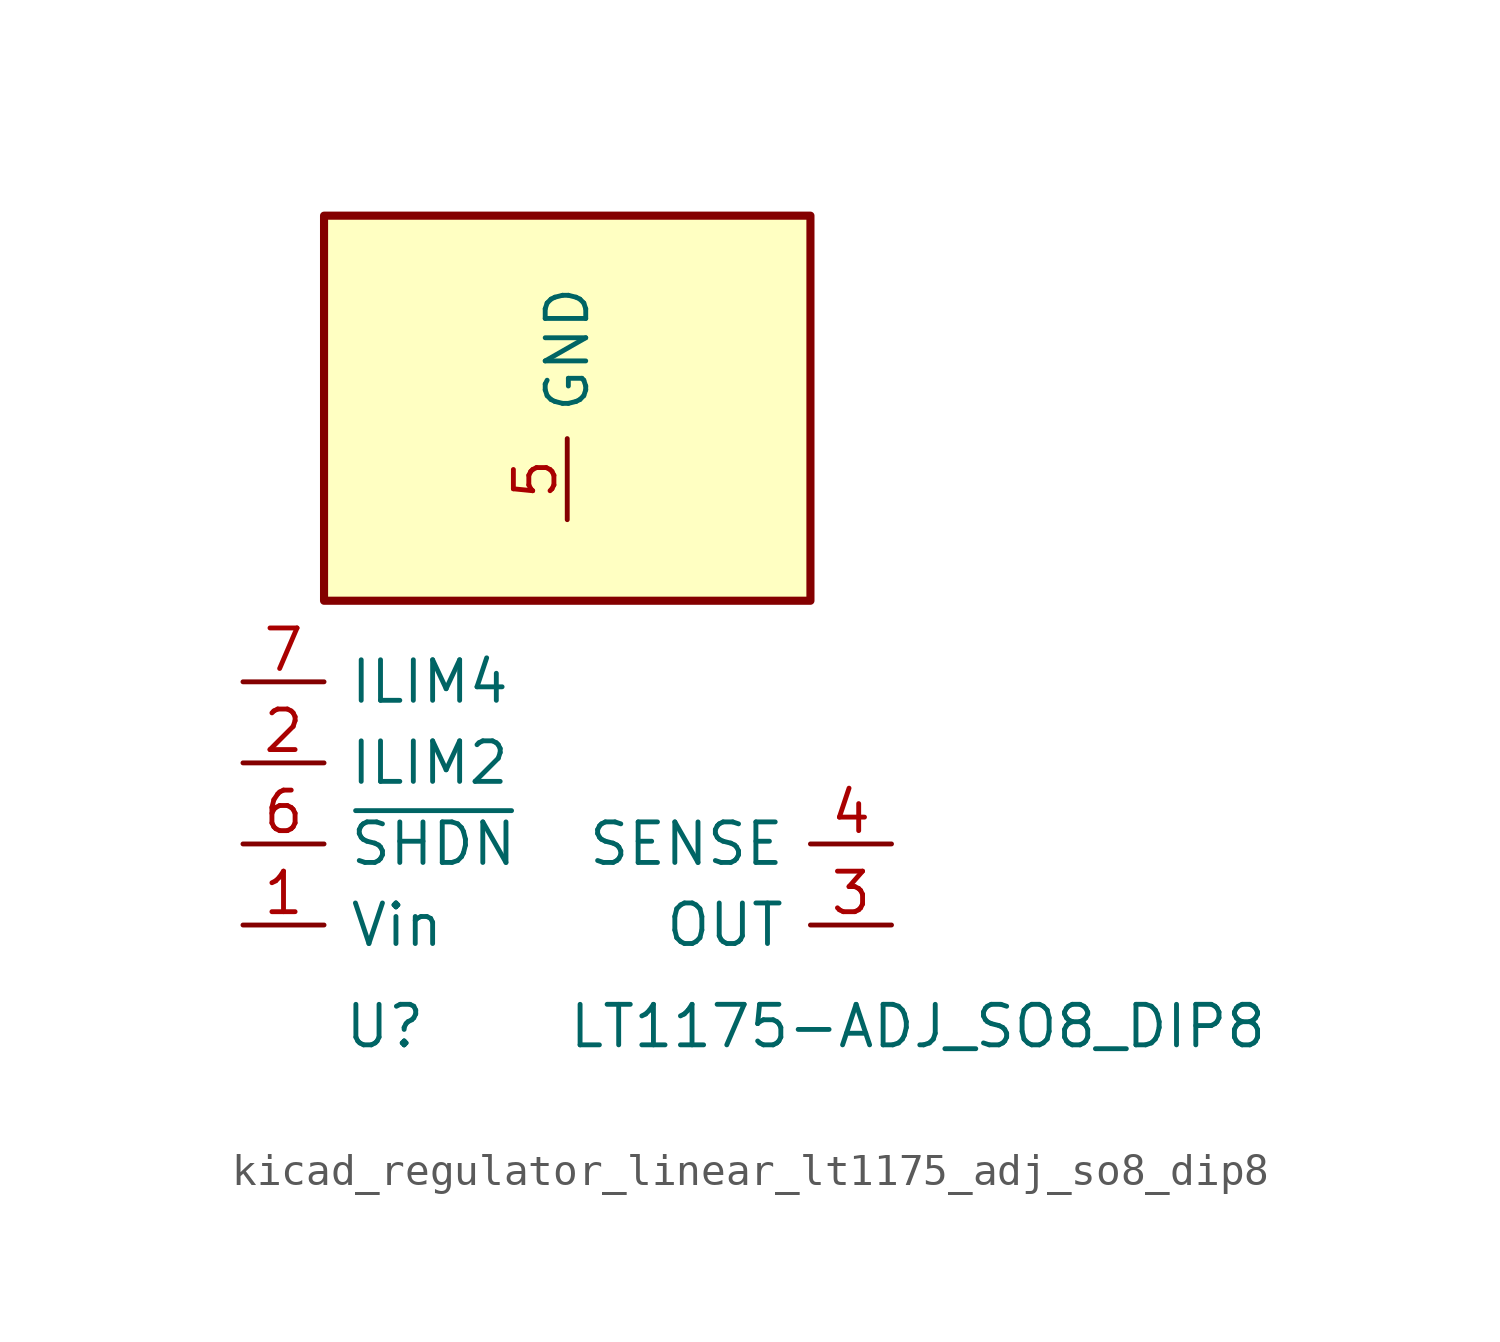
<source format=kicad_sym>
(kicad_symbol_lib
  (version 20220914)
  (generator kicad_symbol_editor)
  (symbol "kicad_regulator_linear_lt1175_adj_so8_dip8"
    (pin_names
      (offset 0.762))
    (property "Reference" "U"
      (at -5.715 -8.255 0)
      (effects (font (size 1.27 1.27))))
    (property "Value" "LT1175-ADJ_SO8_DIP8"
      (at 0 -8.255 0)
      (effects (font (size 1.27 1.27)) (justify left)))
    (symbol "kicad_regulator_linear_lt1175_adj_so8_dip8_0_1"
      (rectangle (start 7.62 17.145) (end -7.62 5.08) (stroke (width 0.254) (type default)) (fill (type background))))
    (symbol "kicad_regulator_linear_lt1175_adj_so8_dip8_1_1"
      (pin power_in line (at -10.16 -5.08 0) (length 2.54) (name "Vin" (effects (font (size 1.27 1.27)))) (number "1" (effects (font (size 1.27 1.27)))))
      (pin input line (at -10.16 0 0) (length 2.54) (name "ILIM2" (effects (font (size 1.27 1.27)))) (number "2" (effects (font (size 1.27 1.27)))))
      (pin power_out line (at 10.16 -5.08 180) (length 2.54) (name "OUT" (effects (font (size 1.27 1.27)))) (number "3" (effects (font (size 1.27 1.27)))))
      (pin input line (at 10.16 -2.54 180) (length 2.54) (name "SENSE" (effects (font (size 1.27 1.27)))) (number "4" (effects (font (size 1.27 1.27)))))
      (pin power_in line (at 0 7.62 90) (length 2.54) (name "GND" (effects (font (size 1.27 1.27)))) (number "5" (effects (font (size 1.27 1.27)))))
      (pin input line (at -10.16 -2.54 0) (length 2.54) (name "~{SHDN}" (effects (font (size 1.27 1.27)))) (number "6" (effects (font (size 1.27 1.27)))))
      (pin input line (at -10.16 2.54 0) (length 2.54) (name "ILIM4" (effects (font (size 1.27 1.27)))) (number "7" (effects (font (size 1.27 1.27)))))
      (pin passive line (at -10.16 -5.08 0) (length 2.54) hide (name "Vin" (effects (font (size 1.27 1.27)))) (number "8" (effects (font (size 1.27 1.27))))))))
</source>
